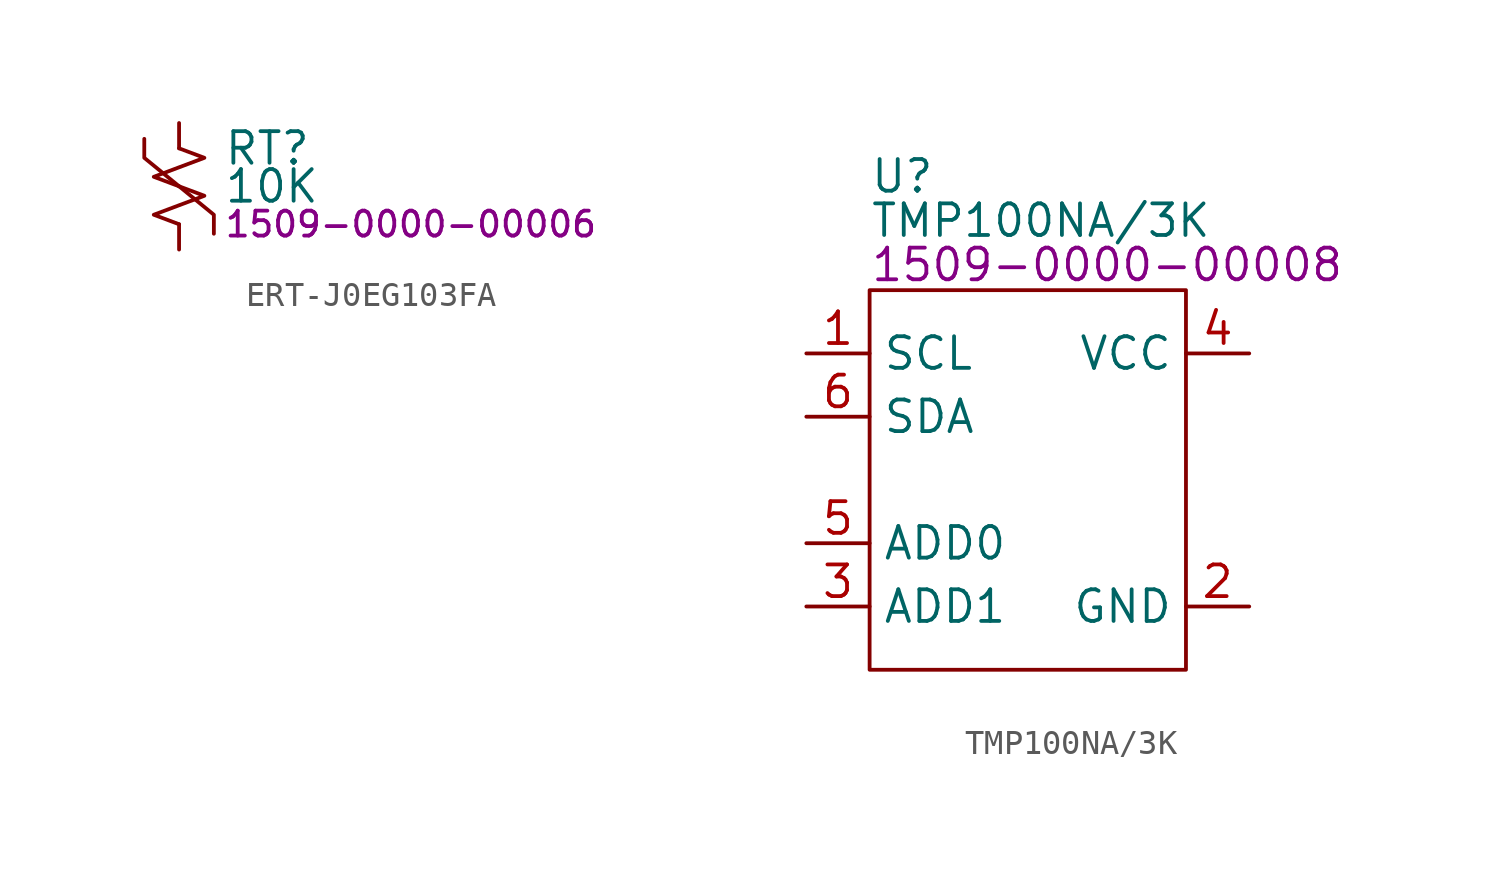
<source format=kicad_sym>
(kicad_symbol_lib
  (version 20231120)
  (generator "kicad_symbol_editor")
  (generator_version "8.0")
  (symbol "ERT-J0EG103FA"
    (pin_numbers hide)
    (pin_names
      (offset 0.254) hide)
    (property "Reference" "RT"
      (at 1.778 1.524 0)
      (effects (font (size 1.27 1.27)) (justify left)))
    (property "Value" "10K"
      (at 1.778 0 0)
      (effects (font (size 1.27 1.27)) (justify left)))
    (property "PartNumber" "1509-0000-00006"
      (at 1.778 -1.524 0)
      (effects (font (size 1 1)) (justify left)))
    (symbol "ERT-J0EG103FA_0_1"
      (polyline (pts (xy 1.397 -1.905) (xy 1.397 -1.143) (xy -1.397 1.143) (xy -1.397 1.905)) (stroke (width 0) (type default)) (fill (type none))))
    (symbol "ERT-J0EG103FA_1_1"
      (polyline (pts (xy 0 0) (xy 1.016 -0.381) (xy 0 -0.762) (xy -1.016 -1.143) (xy 0 -1.524)) (stroke (width 0) (type default)) (fill (type none)))
      (polyline (pts (xy 0 1.524) (xy 1.016 1.143) (xy 0 0.762) (xy -1.016 0.381) (xy 0 0)) (stroke (width 0) (type default)) (fill (type none)))
      (pin passive line (at 0 2.54 270) (length 1.016) (name "~" (effects (font (size 1.27 1.27)))) (number "1" (effects (font (size 1.27 1.27)))))
      (pin passive line (at 0 -2.54 90) (length 1.016) (name "~" (effects (font (size 1.27 1.27)))) (number "2" (effects (font (size 1.27 1.27)))))))
  (symbol "TMP100NA/3K"
    (property "Reference" "U"
      (at 0 4.572 0)
      (effects (font (size 1.27 1.27)) (justify left)))
    (property "Value" "TMP100NA/3K"
      (at 0 2.794 0)
      (effects (font (size 1.27 1.27)) (justify left)))
    (property "PartNumber" "1509-0000-00008"
      (at 0 1.016 0)
      (effects (font (size 1.27 1.27)) (justify left)))
    (symbol "TMP100NA/3K_0_0"
      (pin input line (at -2.54 -2.54 0) (length 2.54) (name "SCL" (effects (font (size 1.27 1.27)))) (number "1" (effects (font (size 1.27 1.27)))))
      (pin power_in line (at 15.24 -12.7 180) (length 2.54) (name "GND" (effects (font (size 1.27 1.27)))) (number "2" (effects (font (size 1.27 1.27)))))
      (pin output line (at -2.54 -12.7 0) (length 2.54) (name "ADD1" (effects (font (size 1.27 1.27)))) (number "3" (effects (font (size 1.27 1.27)))))
      (pin power_in line (at 15.24 -2.54 180) (length 2.54) (name "VCC" (effects (font (size 1.27 1.27)))) (number "4" (effects (font (size 1.27 1.27)))))
      (pin input line (at -2.54 -10.16 0) (length 2.54) (name "ADD0" (effects (font (size 1.27 1.27)))) (number "5" (effects (font (size 1.27 1.27)))))
      (pin bidirectional line (at -2.54 -5.08 0) (length 2.54) (name "SDA" (effects (font (size 1.27 1.27)))) (number "6" (effects (font (size 1.27 1.27))))))
    (symbol "TMP100NA/3K_0_1"
      (rectangle (start 0 0) (end 12.7 -15.24) (stroke (width 0) (type default)) (fill (type none))))))
</source>
